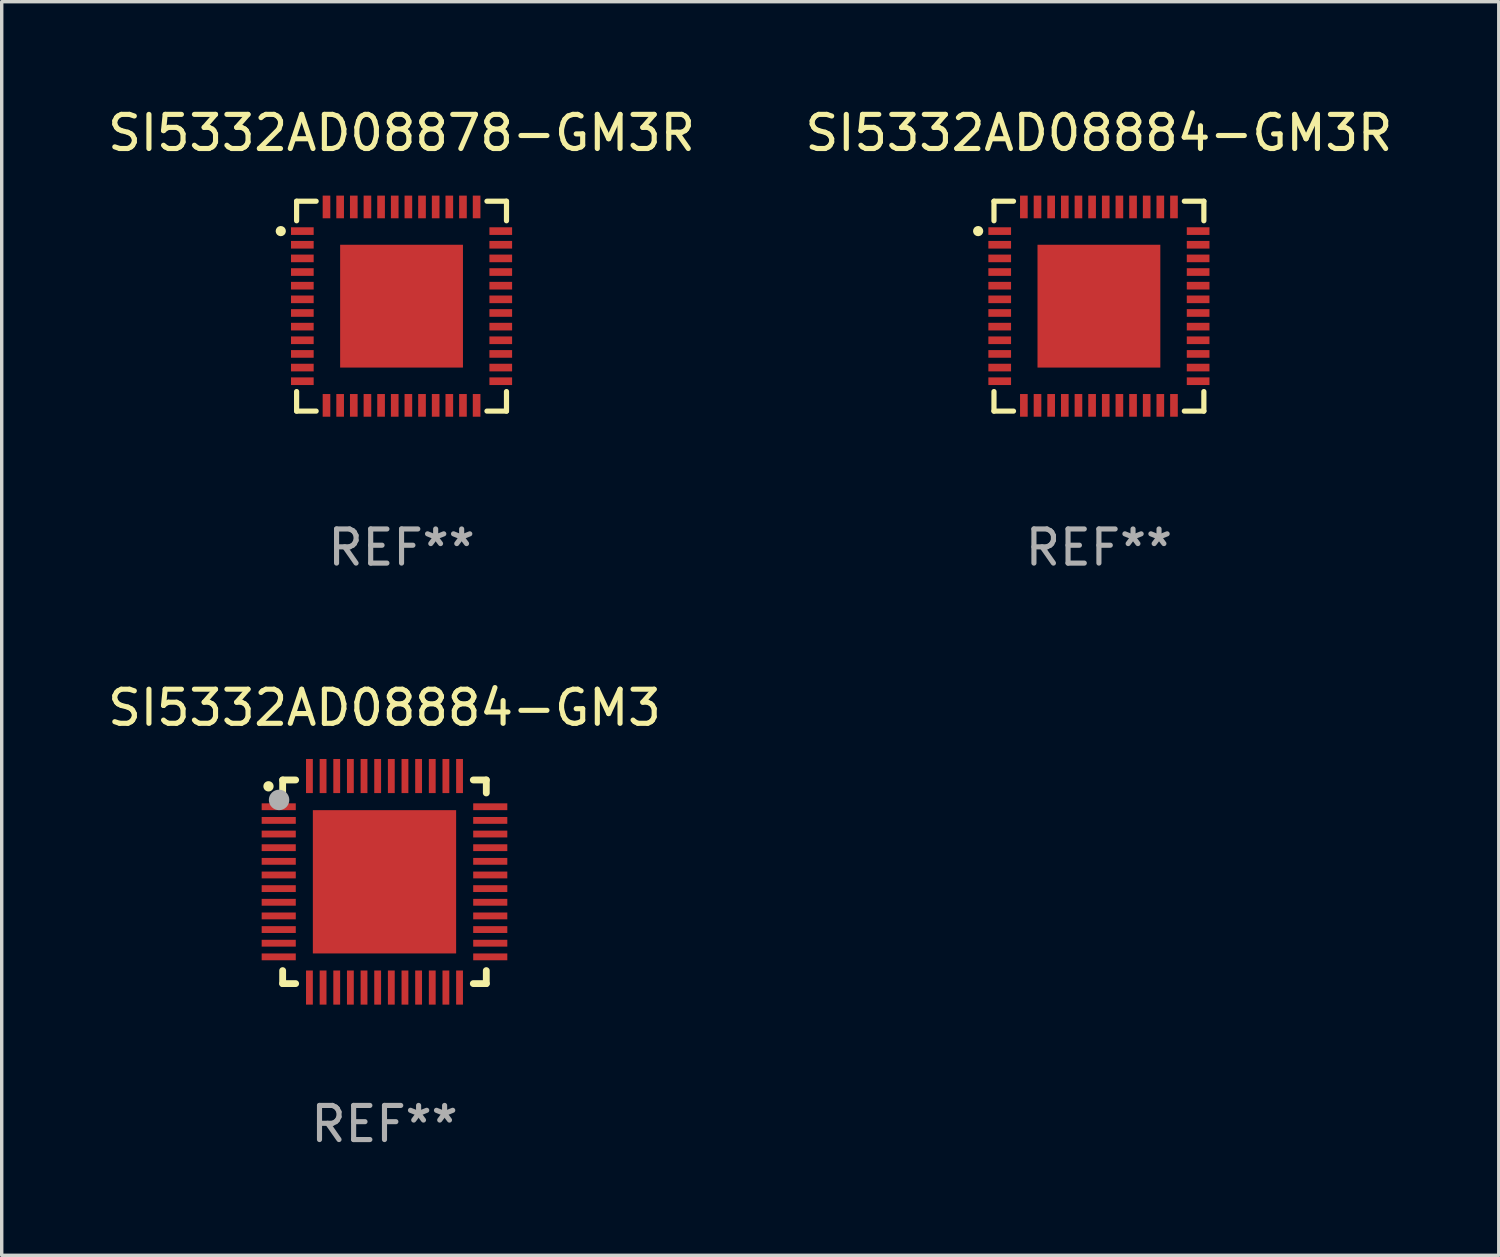
<source format=kicad_pcb>
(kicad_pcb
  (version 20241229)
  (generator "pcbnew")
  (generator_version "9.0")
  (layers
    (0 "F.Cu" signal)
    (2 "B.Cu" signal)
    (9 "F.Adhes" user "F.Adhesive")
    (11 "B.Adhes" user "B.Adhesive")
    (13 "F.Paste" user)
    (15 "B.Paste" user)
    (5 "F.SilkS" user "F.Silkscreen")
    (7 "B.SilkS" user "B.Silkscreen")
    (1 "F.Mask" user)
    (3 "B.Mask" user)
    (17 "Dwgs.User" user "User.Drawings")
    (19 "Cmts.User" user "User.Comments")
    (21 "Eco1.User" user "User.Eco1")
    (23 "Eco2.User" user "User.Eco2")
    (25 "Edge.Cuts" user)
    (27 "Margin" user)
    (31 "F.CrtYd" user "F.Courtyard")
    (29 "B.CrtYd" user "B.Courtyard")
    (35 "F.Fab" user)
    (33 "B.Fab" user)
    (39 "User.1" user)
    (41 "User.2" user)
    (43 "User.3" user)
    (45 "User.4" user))
  (footprint "SI5332AD08884-GM3"
    (layer "F.Cu")
    (at 8.22 22.797)
    (property "Reference" "SI5332AD08884-GM3" (at 0 -5.1 0) (layer "F.SilkS") (effects (font (size 1 1) (thickness 0.15))))
    (attr through_hole)
    (fp_line (start -2.985 -2.985) (end -2.604 -2.985) (stroke (width 0.2) (type solid)) (layer "F.SilkS"))
    (fp_line (start -2.985 -2.604) (end -2.985 -2.985) (stroke (width 0.2) (type solid)) (layer "F.SilkS"))
    (fp_line (start -2.985 2.984) (end -2.985 2.603) (stroke (width 0.2) (type solid)) (layer "F.SilkS"))
    (fp_line (start -2.604 2.984) (end -2.985 2.984) (stroke (width 0.2) (type solid)) (layer "F.SilkS"))
    (fp_line (start 2.603 -2.985) (end 2.984 -2.985) (stroke (width 0.2) (type solid)) (layer "F.SilkS"))
    (fp_line (start 2.984 -2.985) (end 2.984 -2.604) (stroke (width 0.2) (type solid)) (layer "F.SilkS"))
    (fp_line (start 2.984 2.603) (end 2.984 2.984) (stroke (width 0.2) (type solid)) (layer "F.SilkS"))
    (fp_line (start 2.984 2.984) (end 2.603 2.984) (stroke (width 0.2) (type solid)) (layer "F.SilkS"))
    (fp_arc (start -3.400076 -2.797562) (mid -3.400081 -2.798806) (end -3.400076 -2.800051) (stroke (width 0.3) (type solid)) (layer "F.SilkS"))
    (fp_circle (center -3 -3) (end -2.97 -3) (stroke (width 0.06) (type solid)) (fill no) (layer "F.SilkS"))
    (fp_circle (center -3.09 -2.4) (end -2.94 -2.4) (stroke (width 0.3) (type solid)) (fill no) (layer "F.Fab"))
    (fp_text user "REF**" (at 0 7.1 0) (layer "F.Fab") (effects (font (size 1 1) (thickness 0.15))))
    (pad "1" smd rect (at -3.1 -2.2) (size 1 0.2) (layers "F.Cu" "F.Mask" "F.Paste"))
    (pad "2" smd rect (at -3.1 -1.8) (size 1 0.2) (layers "F.Cu" "F.Mask" "F.Paste"))
    (pad "3" smd rect (at -3.1 -1.4) (size 1 0.2) (layers "F.Cu" "F.Mask" "F.Paste"))
    (pad "4" smd rect (at -3.1 -1) (size 1 0.2) (layers "F.Cu" "F.Mask" "F.Paste"))
    (pad "5" smd rect (at -3.1 -0.6) (size 1 0.2) (layers "F.Cu" "F.Mask" "F.Paste"))
    (pad "6" smd rect (at -3.1 -0.2) (size 1 0.2) (layers "F.Cu" "F.Mask" "F.Paste"))
    (pad "7" smd rect (at -3.1 0.2) (size 1 0.2) (layers "F.Cu" "F.Mask" "F.Paste"))
    (pad "8" smd rect (at -3.1 0.6) (size 1 0.2) (layers "F.Cu" "F.Mask" "F.Paste"))
    (pad "9" smd rect (at -3.1 1) (size 1 0.2) (layers "F.Cu" "F.Mask" "F.Paste"))
    (pad "10" smd rect (at -3.1 1.4) (size 1 0.2) (layers "F.Cu" "F.Mask" "F.Paste"))
    (pad "11" smd rect (at -3.1 1.8) (size 1 0.2) (layers "F.Cu" "F.Mask" "F.Paste"))
    (pad "12" smd rect (at -3.1 2.2) (size 1 0.2) (layers "F.Cu" "F.Mask" "F.Paste"))
    (pad "13" smd rect (at -2.2 3.1) (size 0.2 1) (layers "F.Cu" "F.Mask" "F.Paste"))
    (pad "14" smd rect (at -1.8 3.1) (size 0.2 1) (layers "F.Cu" "F.Mask" "F.Paste"))
    (pad "15" smd rect (at -1.4 3.1) (size 0.2 1) (layers "F.Cu" "F.Mask" "F.Paste"))
    (pad "16" smd rect (at -1 3.1) (size 0.2 1) (layers "F.Cu" "F.Mask" "F.Paste"))
    (pad "17" smd rect (at -0.6 3.1) (size 0.2 1) (layers "F.Cu" "F.Mask" "F.Paste"))
    (pad "18" smd rect (at -0.2 3.1) (size 0.2 1) (layers "F.Cu" "F.Mask" "F.Paste"))
    (pad "19" smd rect (at 0.2 3.1) (size 0.2 1) (layers "F.Cu" "F.Mask" "F.Paste"))
    (pad "20" smd rect (at 0.6 3.1) (size 0.2 1) (layers "F.Cu" "F.Mask" "F.Paste"))
    (pad "21" smd rect (at 1 3.1) (size 0.2 1) (layers "F.Cu" "F.Mask" "F.Paste"))
    (pad "22" smd rect (at 1.4 3.1) (size 0.2 1) (layers "F.Cu" "F.Mask" "F.Paste"))
    (pad "23" smd rect (at 1.8 3.1) (size 0.2 1) (layers "F.Cu" "F.Mask" "F.Paste"))
    (pad "24" smd rect (at 2.2 3.1) (size 0.2 1) (layers "F.Cu" "F.Mask" "F.Paste"))
    (pad "25" smd rect (at 3.1 2.2) (size 1 0.2) (layers "F.Cu" "F.Mask" "F.Paste"))
    (pad "26" smd rect (at 3.1 1.8) (size 1 0.2) (layers "F.Cu" "F.Mask" "F.Paste"))
    (pad "27" smd rect (at 3.1 1.4) (size 1 0.2) (layers "F.Cu" "F.Mask" "F.Paste"))
    (pad "28" smd rect (at 3.1 1) (size 1 0.2) (layers "F.Cu" "F.Mask" "F.Paste"))
    (pad "29" smd rect (at 3.1 0.6) (size 1 0.2) (layers "F.Cu" "F.Mask" "F.Paste"))
    (pad "30" smd rect (at 3.1 0.2) (size 1 0.2) (layers "F.Cu" "F.Mask" "F.Paste"))
    (pad "31" smd rect (at 3.1 -0.2) (size 1 0.2) (layers "F.Cu" "F.Mask" "F.Paste"))
    (pad "32" smd rect (at 3.1 -0.6) (size 1 0.2) (layers "F.Cu" "F.Mask" "F.Paste"))
    (pad "33" smd rect (at 3.1 -1) (size 1 0.2) (layers "F.Cu" "F.Mask" "F.Paste"))
    (pad "34" smd rect (at 3.1 -1.4) (size 1 0.2) (layers "F.Cu" "F.Mask" "F.Paste"))
    (pad "35" smd rect (at 3.1 -1.8) (size 1 0.2) (layers "F.Cu" "F.Mask" "F.Paste"))
    (pad "36" smd rect (at 3.1 -2.2) (size 1 0.2) (layers "F.Cu" "F.Mask" "F.Paste"))
    (pad "37" smd rect (at 2.2 -3.1) (size 0.2 1) (layers "F.Cu" "F.Mask" "F.Paste"))
    (pad "38" smd rect (at 1.8 -3.1) (size 0.2 1) (layers "F.Cu" "F.Mask" "F.Paste"))
    (pad "39" smd rect (at 1.4 -3.1) (size 0.2 1) (layers "F.Cu" "F.Mask" "F.Paste"))
    (pad "40" smd rect (at 1 -3.1) (size 0.2 1) (layers "F.Cu" "F.Mask" "F.Paste"))
    (pad "41" smd rect (at 0.6 -3.1) (size 0.2 1) (layers "F.Cu" "F.Mask" "F.Paste"))
    (pad "42" smd rect (at 0.2 -3.1) (size 0.2 1) (layers "F.Cu" "F.Mask" "F.Paste"))
    (pad "43" smd rect (at -0.2 -3.1) (size 0.2 1) (layers "F.Cu" "F.Mask" "F.Paste"))
    (pad "44" smd rect (at -0.6 -3.1) (size 0.2 1) (layers "F.Cu" "F.Mask" "F.Paste"))
    (pad "45" smd rect (at -1 -3.1) (size 0.2 1) (layers "F.Cu" "F.Mask" "F.Paste"))
    (pad "46" smd rect (at -1.4 -3.1) (size 0.2 1) (layers "F.Cu" "F.Mask" "F.Paste"))
    (pad "47" smd rect (at -1.8 -3.1) (size 0.2 1) (layers "F.Cu" "F.Mask" "F.Paste"))
    (pad "48" smd rect (at -2.2 -3.1) (size 0.2 1) (layers "F.Cu" "F.Mask" "F.Paste"))
    (pad "49" smd rect (at -0.000127 0) (size 4.2 4.2) (layers "F.Cu" "F.Mask" "F.Paste")))
  (footprint "SI5332AD08884-GM3R"
    (layer "F.Cu")
    (at 29.161 5.924)
    (property "Reference" "SI5332AD08884-GM3R" (at 0 -5.076 0) (layer "F.SilkS") (effects (font (size 1 1) (thickness 0.15))))
    (attr through_hole)
    (fp_line (start -3.076 -3.076) (end -3.076 -2.503) (stroke (width 0.152) (type solid)) (layer "F.SilkS"))
    (fp_line (start -3.076 3.076) (end -3.076 2.503) (stroke (width 0.152) (type solid)) (layer "F.SilkS"))
    (fp_line (start -2.503 -3.076) (end -3.076 -3.076) (stroke (width 0.152) (type solid)) (layer "F.SilkS"))
    (fp_line (start -2.503 3.076) (end -3.076 3.076) (stroke (width 0.152) (type solid)) (layer "F.SilkS"))
    (fp_line (start 2.503 -3.076) (end 3.076 -3.076) (stroke (width 0.152) (type solid)) (layer "F.SilkS"))
    (fp_line (start 2.503 3.076) (end 3.076 3.076) (stroke (width 0.152) (type solid)) (layer "F.SilkS"))
    (fp_line (start 3.076 -3.076) (end 3.076 -2.503) (stroke (width 0.152) (type solid)) (layer "F.SilkS"))
    (fp_line (start 3.076 3.076) (end 3.076 2.503) (stroke (width 0.152) (type solid)) (layer "F.SilkS"))
    (fp_circle (center -3.54 -2.2) (end -3.465 -2.2) (stroke (width 0.15) (type solid)) (fill no) (layer "F.SilkS"))
    (fp_text user "REF**" (at 0 7.076 0) (layer "F.Fab") (effects (font (size 1 1) (thickness 0.15))))
    (pad "1" smd rect (at -2.908 -2.2) (size 0.665 0.224) (layers "F.Cu" "F.Mask" "F.Paste"))
    (pad "2" smd rect (at -2.908 -1.8) (size 0.665 0.224) (layers "F.Cu" "F.Mask" "F.Paste"))
    (pad "3" smd rect (at -2.908 -1.4) (size 0.665 0.224) (layers "F.Cu" "F.Mask" "F.Paste"))
    (pad "4" smd rect (at -2.908 -1) (size 0.665 0.224) (layers "F.Cu" "F.Mask" "F.Paste"))
    (pad "5" smd rect (at -2.908 -0.6) (size 0.665 0.224) (layers "F.Cu" "F.Mask" "F.Paste"))
    (pad "6" smd rect (at -2.908 -0.2) (size 0.665 0.224) (layers "F.Cu" "F.Mask" "F.Paste"))
    (pad "7" smd rect (at -2.908 0.2) (size 0.665 0.224) (layers "F.Cu" "F.Mask" "F.Paste"))
    (pad "8" smd rect (at -2.908 0.6) (size 0.665 0.224) (layers "F.Cu" "F.Mask" "F.Paste"))
    (pad "9" smd rect (at -2.908 1) (size 0.665 0.224) (layers "F.Cu" "F.Mask" "F.Paste"))
    (pad "10" smd rect (at -2.908 1.4) (size 0.665 0.224) (layers "F.Cu" "F.Mask" "F.Paste"))
    (pad "11" smd rect (at -2.908 1.8) (size 0.665 0.224) (layers "F.Cu" "F.Mask" "F.Paste"))
    (pad "12" smd rect (at -2.908 2.2) (size 0.665 0.224) (layers "F.Cu" "F.Mask" "F.Paste"))
    (pad "13" smd rect (at -2.2 2.908) (size 0.224 0.665) (layers "F.Cu" "F.Mask" "F.Paste"))
    (pad "14" smd rect (at -1.8 2.908) (size 0.224 0.665) (layers "F.Cu" "F.Mask" "F.Paste"))
    (pad "15" smd rect (at -1.4 2.908) (size 0.224 0.665) (layers "F.Cu" "F.Mask" "F.Paste"))
    (pad "16" smd rect (at -1 2.908) (size 0.224 0.665) (layers "F.Cu" "F.Mask" "F.Paste"))
    (pad "17" smd rect (at -0.6 2.908) (size 0.224 0.665) (layers "F.Cu" "F.Mask" "F.Paste"))
    (pad "18" smd rect (at -0.2 2.908) (size 0.224 0.665) (layers "F.Cu" "F.Mask" "F.Paste"))
    (pad "19" smd rect (at 0.2 2.908) (size 0.224 0.665) (layers "F.Cu" "F.Mask" "F.Paste"))
    (pad "20" smd rect (at 0.6 2.908) (size 0.224 0.665) (layers "F.Cu" "F.Mask" "F.Paste"))
    (pad "21" smd rect (at 1 2.908) (size 0.224 0.665) (layers "F.Cu" "F.Mask" "F.Paste"))
    (pad "22" smd rect (at 1.4 2.908) (size 0.224 0.665) (layers "F.Cu" "F.Mask" "F.Paste"))
    (pad "23" smd rect (at 1.8 2.908) (size 0.224 0.665) (layers "F.Cu" "F.Mask" "F.Paste"))
    (pad "24" smd rect (at 2.2 2.908) (size 0.224 0.665) (layers "F.Cu" "F.Mask" "F.Paste"))
    (pad "25" smd rect (at 2.908 2.2) (size 0.665 0.224) (layers "F.Cu" "F.Mask" "F.Paste"))
    (pad "26" smd rect (at 2.908 1.8) (size 0.665 0.224) (layers "F.Cu" "F.Mask" "F.Paste"))
    (pad "27" smd rect (at 2.908 1.4) (size 0.665 0.224) (layers "F.Cu" "F.Mask" "F.Paste"))
    (pad "28" smd rect (at 2.908 1) (size 0.665 0.224) (layers "F.Cu" "F.Mask" "F.Paste"))
    (pad "29" smd rect (at 2.908 0.6) (size 0.665 0.224) (layers "F.Cu" "F.Mask" "F.Paste"))
    (pad "30" smd rect (at 2.908 0.2) (size 0.665 0.224) (layers "F.Cu" "F.Mask" "F.Paste"))
    (pad "31" smd rect (at 2.908 -0.2) (size 0.665 0.224) (layers "F.Cu" "F.Mask" "F.Paste"))
    (pad "32" smd rect (at 2.908 -0.6) (size 0.665 0.224) (layers "F.Cu" "F.Mask" "F.Paste"))
    (pad "33" smd rect (at 2.908 -1) (size 0.665 0.224) (layers "F.Cu" "F.Mask" "F.Paste"))
    (pad "34" smd rect (at 2.908 -1.4) (size 0.665 0.224) (layers "F.Cu" "F.Mask" "F.Paste"))
    (pad "35" smd rect (at 2.908 -1.8) (size 0.665 0.224) (layers "F.Cu" "F.Mask" "F.Paste"))
    (pad "36" smd rect (at 2.908 -2.2) (size 0.665 0.224) (layers "F.Cu" "F.Mask" "F.Paste"))
    (pad "37" smd rect (at 2.2 -2.908) (size 0.224 0.665) (layers "F.Cu" "F.Mask" "F.Paste"))
    (pad "38" smd rect (at 1.8 -2.908) (size 0.224 0.665) (layers "F.Cu" "F.Mask" "F.Paste"))
    (pad "39" smd rect (at 1.4 -2.908) (size 0.224 0.665) (layers "F.Cu" "F.Mask" "F.Paste"))
    (pad "40" smd rect (at 1 -2.908) (size 0.224 0.665) (layers "F.Cu" "F.Mask" "F.Paste"))
    (pad "41" smd rect (at 0.6 -2.908) (size 0.224 0.665) (layers "F.Cu" "F.Mask" "F.Paste"))
    (pad "42" smd rect (at 0.2 -2.908) (size 0.224 0.665) (layers "F.Cu" "F.Mask" "F.Paste"))
    (pad "43" smd rect (at -0.2 -2.908) (size 0.224 0.665) (layers "F.Cu" "F.Mask" "F.Paste"))
    (pad "44" smd rect (at -0.6 -2.908) (size 0.224 0.665) (layers "F.Cu" "F.Mask" "F.Paste"))
    (pad "45" smd rect (at -1 -2.908) (size 0.224 0.665) (layers "F.Cu" "F.Mask" "F.Paste"))
    (pad "46" smd rect (at -1.4 -2.908) (size 0.224 0.665) (layers "F.Cu" "F.Mask" "F.Paste"))
    (pad "47" smd rect (at -1.8 -2.908) (size 0.224 0.665) (layers "F.Cu" "F.Mask" "F.Paste"))
    (pad "48" smd rect (at -2.2 -2.908) (size 0.224 0.665) (layers "F.Cu" "F.Mask" "F.Paste"))
    (pad "49" smd rect (at 0 0) (size 3.6 3.6) (layers "F.Cu" "F.Mask" "F.Paste")))
  (footprint "SI5332AD08878-GM3R"
    (layer "F.Cu")
    (at 8.72 5.924)
    (property "Reference" "SI5332AD08878-GM3R" (at 0 -5.076 0) (layer "F.SilkS") (effects (font (size 1 1) (thickness 0.15))))
    (attr through_hole)
    (fp_line (start -3.076 -3.076) (end -3.076 -2.503) (stroke (width 0.152) (type solid)) (layer "F.SilkS"))
    (fp_line (start -3.076 3.076) (end -3.076 2.503) (stroke (width 0.152) (type solid)) (layer "F.SilkS"))
    (fp_line (start -2.503 -3.076) (end -3.076 -3.076) (stroke (width 0.152) (type solid)) (layer "F.SilkS"))
    (fp_line (start -2.503 3.076) (end -3.076 3.076) (stroke (width 0.152) (type solid)) (layer "F.SilkS"))
    (fp_line (start 2.503 -3.076) (end 3.076 -3.076) (stroke (width 0.152) (type solid)) (layer "F.SilkS"))
    (fp_line (start 2.503 3.076) (end 3.076 3.076) (stroke (width 0.152) (type solid)) (layer "F.SilkS"))
    (fp_line (start 3.076 -3.076) (end 3.076 -2.503) (stroke (width 0.152) (type solid)) (layer "F.SilkS"))
    (fp_line (start 3.076 3.076) (end 3.076 2.503) (stroke (width 0.152) (type solid)) (layer "F.SilkS"))
    (fp_circle (center -3.54 -2.2) (end -3.465 -2.2) (stroke (width 0.15) (type solid)) (fill no) (layer "F.SilkS"))
    (fp_text user "REF**" (at 0 7.076 0) (layer "F.Fab") (effects (font (size 1 1) (thickness 0.15))))
    (pad "1" smd rect (at -2.908 -2.2) (size 0.665 0.224) (layers "F.Cu" "F.Mask" "F.Paste"))
    (pad "2" smd rect (at -2.908 -1.8) (size 0.665 0.224) (layers "F.Cu" "F.Mask" "F.Paste"))
    (pad "3" smd rect (at -2.908 -1.4) (size 0.665 0.224) (layers "F.Cu" "F.Mask" "F.Paste"))
    (pad "4" smd rect (at -2.908 -1) (size 0.665 0.224) (layers "F.Cu" "F.Mask" "F.Paste"))
    (pad "5" smd rect (at -2.908 -0.6) (size 0.665 0.224) (layers "F.Cu" "F.Mask" "F.Paste"))
    (pad "6" smd rect (at -2.908 -0.2) (size 0.665 0.224) (layers "F.Cu" "F.Mask" "F.Paste"))
    (pad "7" smd rect (at -2.908 0.2) (size 0.665 0.224) (layers "F.Cu" "F.Mask" "F.Paste"))
    (pad "8" smd rect (at -2.908 0.6) (size 0.665 0.224) (layers "F.Cu" "F.Mask" "F.Paste"))
    (pad "9" smd rect (at -2.908 1) (size 0.665 0.224) (layers "F.Cu" "F.Mask" "F.Paste"))
    (pad "10" smd rect (at -2.908 1.4) (size 0.665 0.224) (layers "F.Cu" "F.Mask" "F.Paste"))
    (pad "11" smd rect (at -2.908 1.8) (size 0.665 0.224) (layers "F.Cu" "F.Mask" "F.Paste"))
    (pad "12" smd rect (at -2.908 2.2) (size 0.665 0.224) (layers "F.Cu" "F.Mask" "F.Paste"))
    (pad "13" smd rect (at -2.2 2.908) (size 0.224 0.665) (layers "F.Cu" "F.Mask" "F.Paste"))
    (pad "14" smd rect (at -1.8 2.908) (size 0.224 0.665) (layers "F.Cu" "F.Mask" "F.Paste"))
    (pad "15" smd rect (at -1.4 2.908) (size 0.224 0.665) (layers "F.Cu" "F.Mask" "F.Paste"))
    (pad "16" smd rect (at -1 2.908) (size 0.224 0.665) (layers "F.Cu" "F.Mask" "F.Paste"))
    (pad "17" smd rect (at -0.6 2.908) (size 0.224 0.665) (layers "F.Cu" "F.Mask" "F.Paste"))
    (pad "18" smd rect (at -0.2 2.908) (size 0.224 0.665) (layers "F.Cu" "F.Mask" "F.Paste"))
    (pad "19" smd rect (at 0.2 2.908) (size 0.224 0.665) (layers "F.Cu" "F.Mask" "F.Paste"))
    (pad "20" smd rect (at 0.6 2.908) (size 0.224 0.665) (layers "F.Cu" "F.Mask" "F.Paste"))
    (pad "21" smd rect (at 1 2.908) (size 0.224 0.665) (layers "F.Cu" "F.Mask" "F.Paste"))
    (pad "22" smd rect (at 1.4 2.908) (size 0.224 0.665) (layers "F.Cu" "F.Mask" "F.Paste"))
    (pad "23" smd rect (at 1.8 2.908) (size 0.224 0.665) (layers "F.Cu" "F.Mask" "F.Paste"))
    (pad "24" smd rect (at 2.2 2.908) (size 0.224 0.665) (layers "F.Cu" "F.Mask" "F.Paste"))
    (pad "25" smd rect (at 2.908 2.2) (size 0.665 0.224) (layers "F.Cu" "F.Mask" "F.Paste"))
    (pad "26" smd rect (at 2.908 1.8) (size 0.665 0.224) (layers "F.Cu" "F.Mask" "F.Paste"))
    (pad "27" smd rect (at 2.908 1.4) (size 0.665 0.224) (layers "F.Cu" "F.Mask" "F.Paste"))
    (pad "28" smd rect (at 2.908 1) (size 0.665 0.224) (layers "F.Cu" "F.Mask" "F.Paste"))
    (pad "29" smd rect (at 2.908 0.6) (size 0.665 0.224) (layers "F.Cu" "F.Mask" "F.Paste"))
    (pad "30" smd rect (at 2.908 0.2) (size 0.665 0.224) (layers "F.Cu" "F.Mask" "F.Paste"))
    (pad "31" smd rect (at 2.908 -0.2) (size 0.665 0.224) (layers "F.Cu" "F.Mask" "F.Paste"))
    (pad "32" smd rect (at 2.908 -0.6) (size 0.665 0.224) (layers "F.Cu" "F.Mask" "F.Paste"))
    (pad "33" smd rect (at 2.908 -1) (size 0.665 0.224) (layers "F.Cu" "F.Mask" "F.Paste"))
    (pad "34" smd rect (at 2.908 -1.4) (size 0.665 0.224) (layers "F.Cu" "F.Mask" "F.Paste"))
    (pad "35" smd rect (at 2.908 -1.8) (size 0.665 0.224) (layers "F.Cu" "F.Mask" "F.Paste"))
    (pad "36" smd rect (at 2.908 -2.2) (size 0.665 0.224) (layers "F.Cu" "F.Mask" "F.Paste"))
    (pad "37" smd rect (at 2.2 -2.908) (size 0.224 0.665) (layers "F.Cu" "F.Mask" "F.Paste"))
    (pad "38" smd rect (at 1.8 -2.908) (size 0.224 0.665) (layers "F.Cu" "F.Mask" "F.Paste"))
    (pad "39" smd rect (at 1.4 -2.908) (size 0.224 0.665) (layers "F.Cu" "F.Mask" "F.Paste"))
    (pad "40" smd rect (at 1 -2.908) (size 0.224 0.665) (layers "F.Cu" "F.Mask" "F.Paste"))
    (pad "41" smd rect (at 0.6 -2.908) (size 0.224 0.665) (layers "F.Cu" "F.Mask" "F.Paste"))
    (pad "42" smd rect (at 0.2 -2.908) (size 0.224 0.665) (layers "F.Cu" "F.Mask" "F.Paste"))
    (pad "43" smd rect (at -0.2 -2.908) (size 0.224 0.665) (layers "F.Cu" "F.Mask" "F.Paste"))
    (pad "44" smd rect (at -0.6 -2.908) (size 0.224 0.665) (layers "F.Cu" "F.Mask" "F.Paste"))
    (pad "45" smd rect (at -1 -2.908) (size 0.224 0.665) (layers "F.Cu" "F.Mask" "F.Paste"))
    (pad "46" smd rect (at -1.4 -2.908) (size 0.224 0.665) (layers "F.Cu" "F.Mask" "F.Paste"))
    (pad "47" smd rect (at -1.8 -2.908) (size 0.224 0.665) (layers "F.Cu" "F.Mask" "F.Paste"))
    (pad "48" smd rect (at -2.2 -2.908) (size 0.224 0.665) (layers "F.Cu" "F.Mask" "F.Paste"))
    (pad "49" smd rect (at 0 0) (size 3.6 3.6) (layers "F.Cu" "F.Mask" "F.Paste")))
  (gr_rect
    (start -3 -3)
    (end 40.881 33.746)
    (stroke (width 0.1) (type default))
    (fill no)
    (layer "Edge.Cuts")))
</source>
